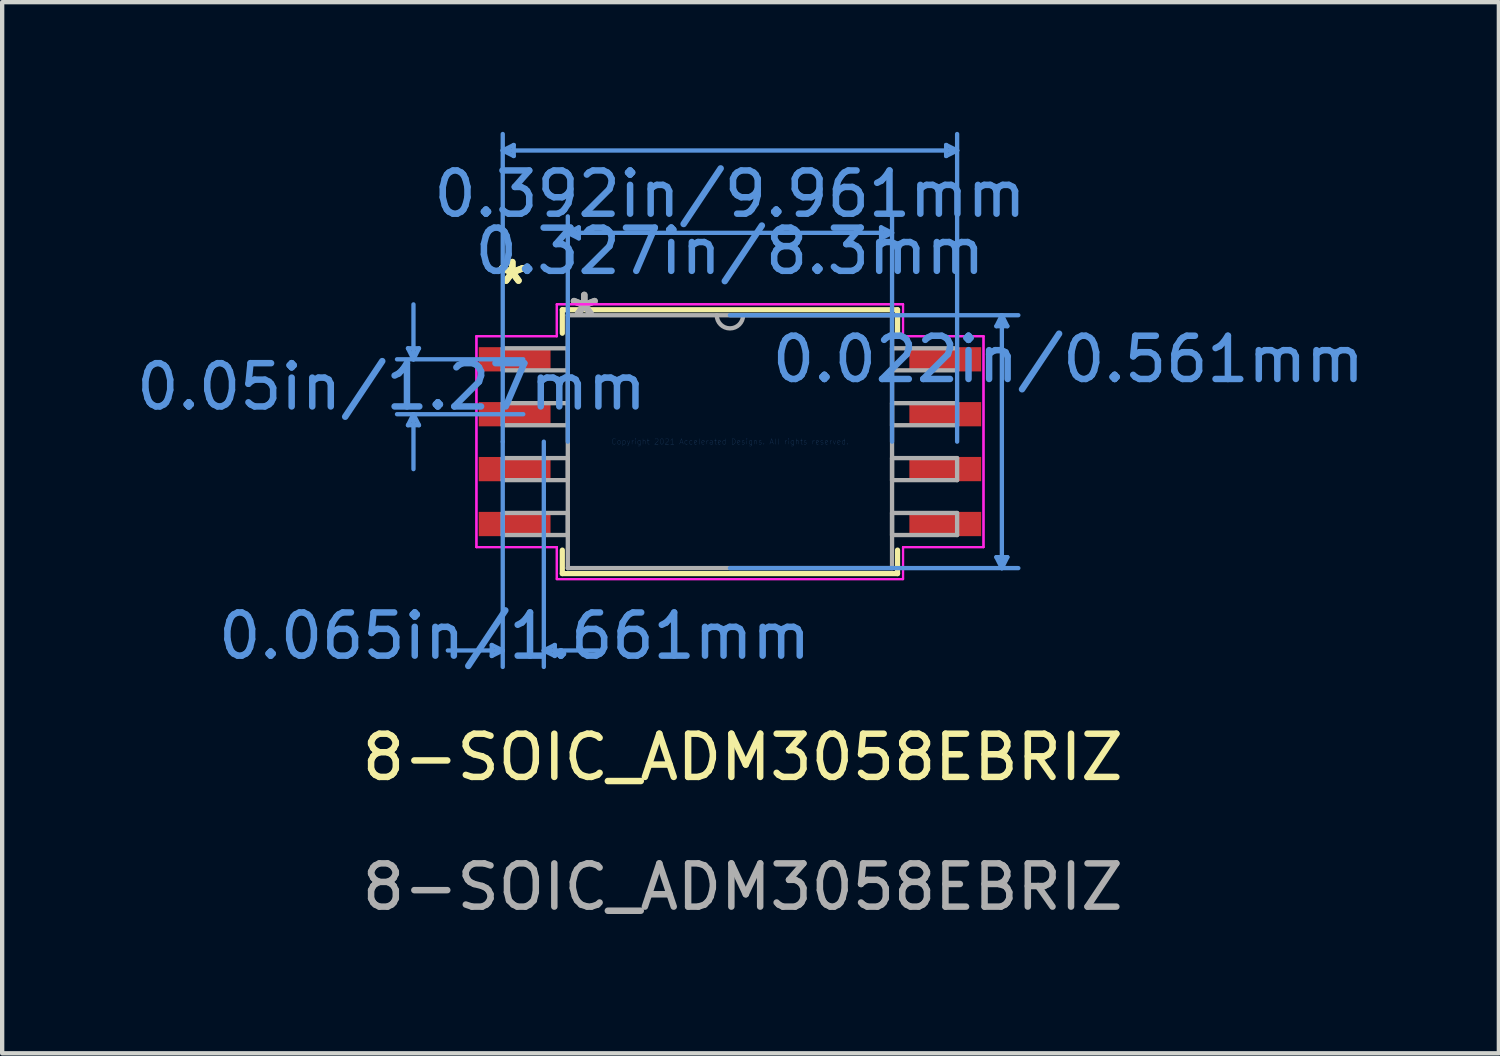
<source format=kicad_pcb>
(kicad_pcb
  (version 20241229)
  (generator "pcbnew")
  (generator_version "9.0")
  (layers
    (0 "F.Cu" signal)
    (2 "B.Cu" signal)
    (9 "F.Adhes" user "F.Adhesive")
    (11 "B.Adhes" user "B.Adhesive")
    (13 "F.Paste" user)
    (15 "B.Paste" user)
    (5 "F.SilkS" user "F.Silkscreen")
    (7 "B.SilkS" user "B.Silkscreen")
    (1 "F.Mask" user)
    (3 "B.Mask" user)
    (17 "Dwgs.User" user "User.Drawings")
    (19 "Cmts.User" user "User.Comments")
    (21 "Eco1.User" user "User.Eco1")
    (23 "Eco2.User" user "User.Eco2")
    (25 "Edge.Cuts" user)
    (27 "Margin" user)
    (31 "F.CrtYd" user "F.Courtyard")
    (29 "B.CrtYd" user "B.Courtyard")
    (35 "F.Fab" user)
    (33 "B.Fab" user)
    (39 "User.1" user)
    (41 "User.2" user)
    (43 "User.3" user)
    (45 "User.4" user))
  (footprint "8-SOIC_ADM3058EBRIZ"
    (layer "F.Cu")
    (at 14.139 7.166)
    (property "Reference" "8-SOIC_ADM3058EBRIZ" (at -0.01 7.3 0) (unlocked yes) (layer "F.SilkS") (effects (font (size 1 1) (thickness 0.15))))
    (attr smd)
    (fp_line (start -4.182 -3.052) (end -4.182 -2.508) (stroke (width 0.12) (type solid)) (layer "F.SilkS"))
    (fp_line (start -4.182 2.508) (end -4.182 3.052) (stroke (width 0.12) (type solid)) (layer "F.SilkS"))
    (fp_line (start -4.182 3.052) (end 3.572 3.052) (stroke (width 0.12) (type solid)) (layer "F.SilkS"))
    (fp_line (start 3.572 -3.052) (end -4.182 -3.052) (stroke (width 0.12) (type solid)) (layer "F.SilkS"))
    (fp_line (start 3.572 -2.508) (end 3.572 -3.052) (stroke (width 0.12) (type solid)) (layer "F.SilkS"))
    (fp_line (start 3.572 3.052) (end 3.572 2.508) (stroke (width 0.12) (type solid)) (layer "F.SilkS"))
    (fp_line (start -7.752 -2.159) (end -7.498 -2.159) (stroke (width 0.1) (type solid)) (layer "Cmts.User"))
    (fp_line (start -7.752 -0.381) (end -7.498 -0.381) (stroke (width 0.1) (type solid)) (layer "Cmts.User"))
    (fp_line (start -7.625 -1.905) (end -7.752 -2.159) (stroke (width 0.1) (type solid)) (layer "Cmts.User"))
    (fp_line (start -7.625 -1.905) (end -7.625 -3.175) (stroke (width 0.1) (type solid)) (layer "Cmts.User"))
    (fp_line (start -7.625 -1.905) (end -7.498 -2.159) (stroke (width 0.1) (type solid)) (layer "Cmts.User"))
    (fp_line (start -7.625 -0.635) (end -7.752 -0.381) (stroke (width 0.1) (type solid)) (layer "Cmts.User"))
    (fp_line (start -7.625 -0.635) (end -7.625 0.635) (stroke (width 0.1) (type solid)) (layer "Cmts.User"))
    (fp_line (start -7.625 -0.635) (end -7.498 -0.381) (stroke (width 0.1) (type solid)) (layer "Cmts.User"))
    (fp_line (start -5.814 4.703) (end -5.814 4.957) (stroke (width 0.1) (type solid)) (layer "Cmts.User"))
    (fp_line (start -5.56 -6.735) (end -5.306 -6.862) (stroke (width 0.1) (type solid)) (layer "Cmts.User"))
    (fp_line (start -5.56 -6.735) (end -5.306 -6.608) (stroke (width 0.1) (type solid)) (layer "Cmts.User"))
    (fp_line (start -5.56 -6.735) (end 4.95 -6.735) (stroke (width 0.1) (type solid)) (layer "Cmts.User"))
    (fp_line (start -5.56 0) (end -5.56 -7.116) (stroke (width 0.1) (type solid)) (layer "Cmts.User"))
    (fp_line (start -5.56 0) (end -5.56 5.211) (stroke (width 0.1) (type solid)) (layer "Cmts.User"))
    (fp_line (start -5.56 4.83) (end -6.83 4.83) (stroke (width 0.1) (type solid)) (layer "Cmts.User"))
    (fp_line (start -5.56 4.83) (end -5.814 4.703) (stroke (width 0.1) (type solid)) (layer "Cmts.User"))
    (fp_line (start -5.56 4.83) (end -5.814 4.957) (stroke (width 0.1) (type solid)) (layer "Cmts.User"))
    (fp_line (start -5.306 -6.862) (end -5.306 -6.608) (stroke (width 0.1) (type solid)) (layer "Cmts.User"))
    (fp_line (start -5.085 -1.905) (end -8.006 -1.905) (stroke (width 0.1) (type solid)) (layer "Cmts.User"))
    (fp_line (start -5.085 -0.635) (end -8.006 -0.635) (stroke (width 0.1) (type solid)) (layer "Cmts.User"))
    (fp_line (start -4.61 0) (end -4.61 5.211) (stroke (width 0.1) (type solid)) (layer "Cmts.User"))
    (fp_line (start -4.61 4.83) (end -4.356 4.703) (stroke (width 0.1) (type solid)) (layer "Cmts.User"))
    (fp_line (start -4.61 4.83) (end -4.356 4.957) (stroke (width 0.1) (type solid)) (layer "Cmts.User"))
    (fp_line (start -4.61 4.83) (end -3.34 4.83) (stroke (width 0.1) (type solid)) (layer "Cmts.User"))
    (fp_line (start -4.356 4.703) (end -4.356 4.957) (stroke (width 0.1) (type solid)) (layer "Cmts.User"))
    (fp_line (start -4.055 -4.83) (end -3.801 -4.957) (stroke (width 0.1) (type solid)) (layer "Cmts.User"))
    (fp_line (start -4.055 -4.83) (end -3.801 -4.703) (stroke (width 0.1) (type solid)) (layer "Cmts.User"))
    (fp_line (start -4.055 -4.83) (end 3.445 -4.83) (stroke (width 0.1) (type solid)) (layer "Cmts.User"))
    (fp_line (start -4.055 0) (end -4.055 -5.211) (stroke (width 0.1) (type solid)) (layer "Cmts.User"))
    (fp_line (start -3.801 -4.957) (end -3.801 -4.703) (stroke (width 0.1) (type solid)) (layer "Cmts.User"))
    (fp_line (start -0.305 -2.925) (end 6.366 -2.925) (stroke (width 0.1) (type solid)) (layer "Cmts.User"))
    (fp_line (start -0.305 2.925) (end 6.366 2.925) (stroke (width 0.1) (type solid)) (layer "Cmts.User"))
    (fp_line (start 3.191 -4.957) (end 3.191 -4.703) (stroke (width 0.1) (type solid)) (layer "Cmts.User"))
    (fp_line (start 3.445 -4.83) (end 3.191 -4.957) (stroke (width 0.1) (type solid)) (layer "Cmts.User"))
    (fp_line (start 3.445 -4.83) (end 3.191 -4.703) (stroke (width 0.1) (type solid)) (layer "Cmts.User"))
    (fp_line (start 3.445 0) (end 3.445 -5.211) (stroke (width 0.1) (type solid)) (layer "Cmts.User"))
    (fp_line (start 4.696 -6.862) (end 4.696 -6.608) (stroke (width 0.1) (type solid)) (layer "Cmts.User"))
    (fp_line (start 4.95 -6.735) (end 4.696 -6.862) (stroke (width 0.1) (type solid)) (layer "Cmts.User"))
    (fp_line (start 4.95 -6.735) (end 4.696 -6.608) (stroke (width 0.1) (type solid)) (layer "Cmts.User"))
    (fp_line (start 4.95 0) (end 4.95 -7.116) (stroke (width 0.1) (type solid)) (layer "Cmts.User"))
    (fp_line (start 5.858 -2.671) (end 6.112 -2.671) (stroke (width 0.1) (type solid)) (layer "Cmts.User"))
    (fp_line (start 5.858 2.671) (end 6.112 2.671) (stroke (width 0.1) (type solid)) (layer "Cmts.User"))
    (fp_line (start 5.985 -2.925) (end 5.858 -2.671) (stroke (width 0.1) (type solid)) (layer "Cmts.User"))
    (fp_line (start 5.985 -2.925) (end 5.985 2.925) (stroke (width 0.1) (type solid)) (layer "Cmts.User"))
    (fp_line (start 5.985 -2.925) (end 6.112 -2.671) (stroke (width 0.1) (type solid)) (layer "Cmts.User"))
    (fp_line (start 5.985 2.925) (end 5.858 2.671) (stroke (width 0.1) (type solid)) (layer "Cmts.User"))
    (fp_line (start 5.985 2.925) (end 6.112 2.671) (stroke (width 0.1) (type solid)) (layer "Cmts.User"))
    (fp_line (start -6.169 -2.439) (end -4.309 -2.439) (stroke (width 0.05) (type solid)) (layer "F.CrtYd"))
    (fp_line (start -6.169 -2.439) (end -4.309 -2.439) (stroke (width 0.05) (type solid)) (layer "F.CrtYd"))
    (fp_line (start -6.169 2.439) (end -6.169 -2.439) (stroke (width 0.05) (type solid)) (layer "F.CrtYd"))
    (fp_line (start -6.169 2.439) (end -6.169 -2.439) (stroke (width 0.05) (type solid)) (layer "F.CrtYd"))
    (fp_line (start -6.169 2.439) (end -4.309 2.439) (stroke (width 0.05) (type solid)) (layer "F.CrtYd"))
    (fp_line (start -4.309 -3.179) (end 3.699 -3.179) (stroke (width 0.05) (type solid)) (layer "F.CrtYd"))
    (fp_line (start -4.309 -3.179) (end 3.699 -3.179) (stroke (width 0.05) (type solid)) (layer "F.CrtYd"))
    (fp_line (start -4.309 -2.439) (end -4.309 -3.179) (stroke (width 0.05) (type solid)) (layer "F.CrtYd"))
    (fp_line (start -4.309 -2.439) (end -4.309 -3.179) (stroke (width 0.05) (type solid)) (layer "F.CrtYd"))
    (fp_line (start -4.309 2.439) (end -6.169 2.439) (stroke (width 0.05) (type solid)) (layer "F.CrtYd"))
    (fp_line (start -4.309 3.179) (end -4.309 2.439) (stroke (width 0.05) (type solid)) (layer "F.CrtYd"))
    (fp_line (start -4.309 3.179) (end -4.309 2.439) (stroke (width 0.05) (type solid)) (layer "F.CrtYd"))
    (fp_line (start 3.699 -3.179) (end 3.699 -2.439) (stroke (width 0.05) (type solid)) (layer "F.CrtYd"))
    (fp_line (start 3.699 -3.179) (end 3.699 -2.439) (stroke (width 0.05) (type solid)) (layer "F.CrtYd"))
    (fp_line (start 3.699 -2.439) (end 5.56 -2.439) (stroke (width 0.05) (type solid)) (layer "F.CrtYd"))
    (fp_line (start 3.699 2.439) (end 3.699 3.179) (stroke (width 0.05) (type solid)) (layer "F.CrtYd"))
    (fp_line (start 3.699 2.439) (end 3.699 3.179) (stroke (width 0.05) (type solid)) (layer "F.CrtYd"))
    (fp_line (start 3.699 3.179) (end -4.309 3.179) (stroke (width 0.05) (type solid)) (layer "F.CrtYd"))
    (fp_line (start 3.699 3.179) (end -4.309 3.179) (stroke (width 0.05) (type solid)) (layer "F.CrtYd"))
    (fp_line (start 5.56 -2.439) (end 3.699 -2.439) (stroke (width 0.05) (type solid)) (layer "F.CrtYd"))
    (fp_line (start 5.56 -2.439) (end 5.56 2.439) (stroke (width 0.05) (type solid)) (layer "F.CrtYd"))
    (fp_line (start 5.56 -2.439) (end 5.56 2.439) (stroke (width 0.05) (type solid)) (layer "F.CrtYd"))
    (fp_line (start 5.56 2.439) (end 3.699 2.439) (stroke (width 0.05) (type solid)) (layer "F.CrtYd"))
    (fp_line (start 5.56 2.439) (end 3.699 2.439) (stroke (width 0.05) (type solid)) (layer "F.CrtYd"))
    (fp_line (start -5.56 -2.16) (end -5.56 -1.65) (stroke (width 0.1) (type solid)) (layer "F.Fab"))
    (fp_line (start -5.56 -1.65) (end -4.055 -1.65) (stroke (width 0.1) (type solid)) (layer "F.Fab"))
    (fp_line (start -5.56 -0.89) (end -5.56 -0.38) (stroke (width 0.1) (type solid)) (layer "F.Fab"))
    (fp_line (start -5.56 -0.38) (end -4.055 -0.38) (stroke (width 0.1) (type solid)) (layer "F.Fab"))
    (fp_line (start -5.56 0.38) (end -5.56 0.89) (stroke (width 0.1) (type solid)) (layer "F.Fab"))
    (fp_line (start -5.56 0.89) (end -4.055 0.89) (stroke (width 0.1) (type solid)) (layer "F.Fab"))
    (fp_line (start -5.56 1.65) (end -5.56 2.16) (stroke (width 0.1) (type solid)) (layer "F.Fab"))
    (fp_line (start -5.56 2.16) (end -4.055 2.16) (stroke (width 0.1) (type solid)) (layer "F.Fab"))
    (fp_line (start -4.055 -2.925) (end -4.055 2.925) (stroke (width 0.1) (type solid)) (layer "F.Fab"))
    (fp_line (start -4.055 -2.16) (end -5.56 -2.16) (stroke (width 0.1) (type solid)) (layer "F.Fab"))
    (fp_line (start -4.055 -1.65) (end -4.055 -2.16) (stroke (width 0.1) (type solid)) (layer "F.Fab"))
    (fp_line (start -4.055 -0.89) (end -5.56 -0.89) (stroke (width 0.1) (type solid)) (layer "F.Fab"))
    (fp_line (start -4.055 -0.38) (end -4.055 -0.89) (stroke (width 0.1) (type solid)) (layer "F.Fab"))
    (fp_line (start -4.055 0.38) (end -5.56 0.38) (stroke (width 0.1) (type solid)) (layer "F.Fab"))
    (fp_line (start -4.055 0.89) (end -4.055 0.38) (stroke (width 0.1) (type solid)) (layer "F.Fab"))
    (fp_line (start -4.055 1.65) (end -5.56 1.65) (stroke (width 0.1) (type solid)) (layer "F.Fab"))
    (fp_line (start -4.055 2.16) (end -4.055 1.65) (stroke (width 0.1) (type solid)) (layer "F.Fab"))
    (fp_line (start -4.055 2.925) (end 3.445 2.925) (stroke (width 0.1) (type solid)) (layer "F.Fab"))
    (fp_line (start 3.445 -2.925) (end -4.055 -2.925) (stroke (width 0.1) (type solid)) (layer "F.Fab"))
    (fp_line (start 3.445 -2.16) (end 3.445 -1.65) (stroke (width 0.1) (type solid)) (layer "F.Fab"))
    (fp_line (start 3.445 -1.65) (end 4.95 -1.65) (stroke (width 0.1) (type solid)) (layer "F.Fab"))
    (fp_line (start 3.445 -0.89) (end 3.445 -0.38) (stroke (width 0.1) (type solid)) (layer "F.Fab"))
    (fp_line (start 3.445 -0.38) (end 4.95 -0.38) (stroke (width 0.1) (type solid)) (layer "F.Fab"))
    (fp_line (start 3.445 0.38) (end 3.445 0.89) (stroke (width 0.1) (type solid)) (layer "F.Fab"))
    (fp_line (start 3.445 0.89) (end 4.95 0.89) (stroke (width 0.1) (type solid)) (layer "F.Fab"))
    (fp_line (start 3.445 1.65) (end 3.445 2.16) (stroke (width 0.1) (type solid)) (layer "F.Fab"))
    (fp_line (start 3.445 2.16) (end 4.95 2.16) (stroke (width 0.1) (type solid)) (layer "F.Fab"))
    (fp_line (start 3.445 2.925) (end 3.445 -2.925) (stroke (width 0.1) (type solid)) (layer "F.Fab"))
    (fp_line (start 4.95 -2.16) (end 3.445 -2.16) (stroke (width 0.1) (type solid)) (layer "F.Fab"))
    (fp_line (start 4.95 -1.65) (end 4.95 -2.16) (stroke (width 0.1) (type solid)) (layer "F.Fab"))
    (fp_line (start 4.95 -0.89) (end 3.445 -0.89) (stroke (width 0.1) (type solid)) (layer "F.Fab"))
    (fp_line (start 4.95 -0.38) (end 4.95 -0.89) (stroke (width 0.1) (type solid)) (layer "F.Fab"))
    (fp_line (start 4.95 0.38) (end 3.445 0.38) (stroke (width 0.1) (type solid)) (layer "F.Fab"))
    (fp_line (start 4.95 0.89) (end 4.95 0.38) (stroke (width 0.1) (type solid)) (layer "F.Fab"))
    (fp_line (start 4.95 1.65) (end 3.445 1.65) (stroke (width 0.1) (type solid)) (layer "F.Fab"))
    (fp_line (start 4.95 2.16) (end 4.95 1.65) (stroke (width 0.1) (type solid)) (layer "F.Fab"))
    (fp_arc (start 0 -2.925002) (mid -0.304799 -2.620201) (end -0.6096 -2.925) (stroke (width 0.1) (type solid)) (layer "F.Fab"))
    (fp_text user "*" (at -5.339 -3.609 0) (layer "F.SilkS") (effects (font (size 1 1) (thickness 0.15))))
    (fp_text user "*" (at -5.339 -3.609 0) (layer "F.SilkS") (effects (font (size 1 1) (thickness 0.15))))
    (fp_text user "0.327in/8.3mm" (at -0.305 -4.406 0) (layer "Cmts.User") (effects (font (size 1 1) (thickness 0.15))))
    (fp_text user "0.022in/0.561mm" (at 7.523 -1.905 0) (layer "Cmts.User") (effects (font (size 1 1) (thickness 0.15))))
    (fp_text user "0.065in/1.661mm" (at -5.286 4.495 0) (layer "Cmts.User") (effects (font (size 1 1) (thickness 0.15))))
    (fp_text user "0.05in/1.27mm" (at -8.133 -1.27 0) (layer "Cmts.User") (effects (font (size 1 1) (thickness 0.15))))
    (fp_text user "0.392in/9.961mm" (at -0.305 -5.728 0) (layer "Cmts.User") (effects (font (size 1 1) (thickness 0.15))))
    (fp_text user "Copyright 2021 Accelerated Designs. All rights reserved." (at -0.305 0 0) (layer "Cmts.User") (effects (font (size 0.127 0.127) (thickness 0.002))))
    (fp_text user "${REFERENCE}" (at -0.01 10.3 0) (unlocked yes) (layer "F.Fab") (effects (font (size 1 1) (thickness 0.15))))
    (fp_text user "*" (at -3.674 -2.849 0) (layer "F.Fab") (effects (font (size 1 1) (thickness 0.15))))
    (fp_text user "*" (at -3.674 -2.849 0) (layer "F.Fab") (effects (font (size 1 1) (thickness 0.15))))
    (pad "1" smd rect (at -5.285 -1.905) (size 1.661 0.561) (layers "F.Cu" "F.Mask" "F.Paste"))
    (pad "2" smd rect (at -5.285 -0.635) (size 1.661 0.561) (layers "F.Cu" "F.Mask" "F.Paste"))
    (pad "3" smd rect (at -5.285 0.635) (size 1.661 0.561) (layers "F.Cu" "F.Mask" "F.Paste"))
    (pad "4" smd rect (at -5.285 1.905) (size 1.661 0.561) (layers "F.Cu" "F.Mask" "F.Paste"))
    (pad "5" smd rect (at 4.676 1.905) (size 1.661 0.561) (layers "F.Cu" "F.Mask" "F.Paste"))
    (pad "6" smd rect (at 4.676 0.634) (size 1.661 0.561) (layers "F.Cu" "F.Mask" "F.Paste"))
    (pad "7" smd rect (at 4.676 -0.635) (size 1.661 0.561) (layers "F.Cu" "F.Mask" "F.Paste"))
    (pad "8" smd rect (at 4.676 -1.905) (size 1.661 0.561) (layers "F.Cu" "F.Mask" "F.Paste")))
  (gr_rect
    (start -3 -3)
    (end 31.62 21.314)
    (stroke (width 0.1) (type default))
    (fill no)
    (layer "Edge.Cuts")))
</source>
